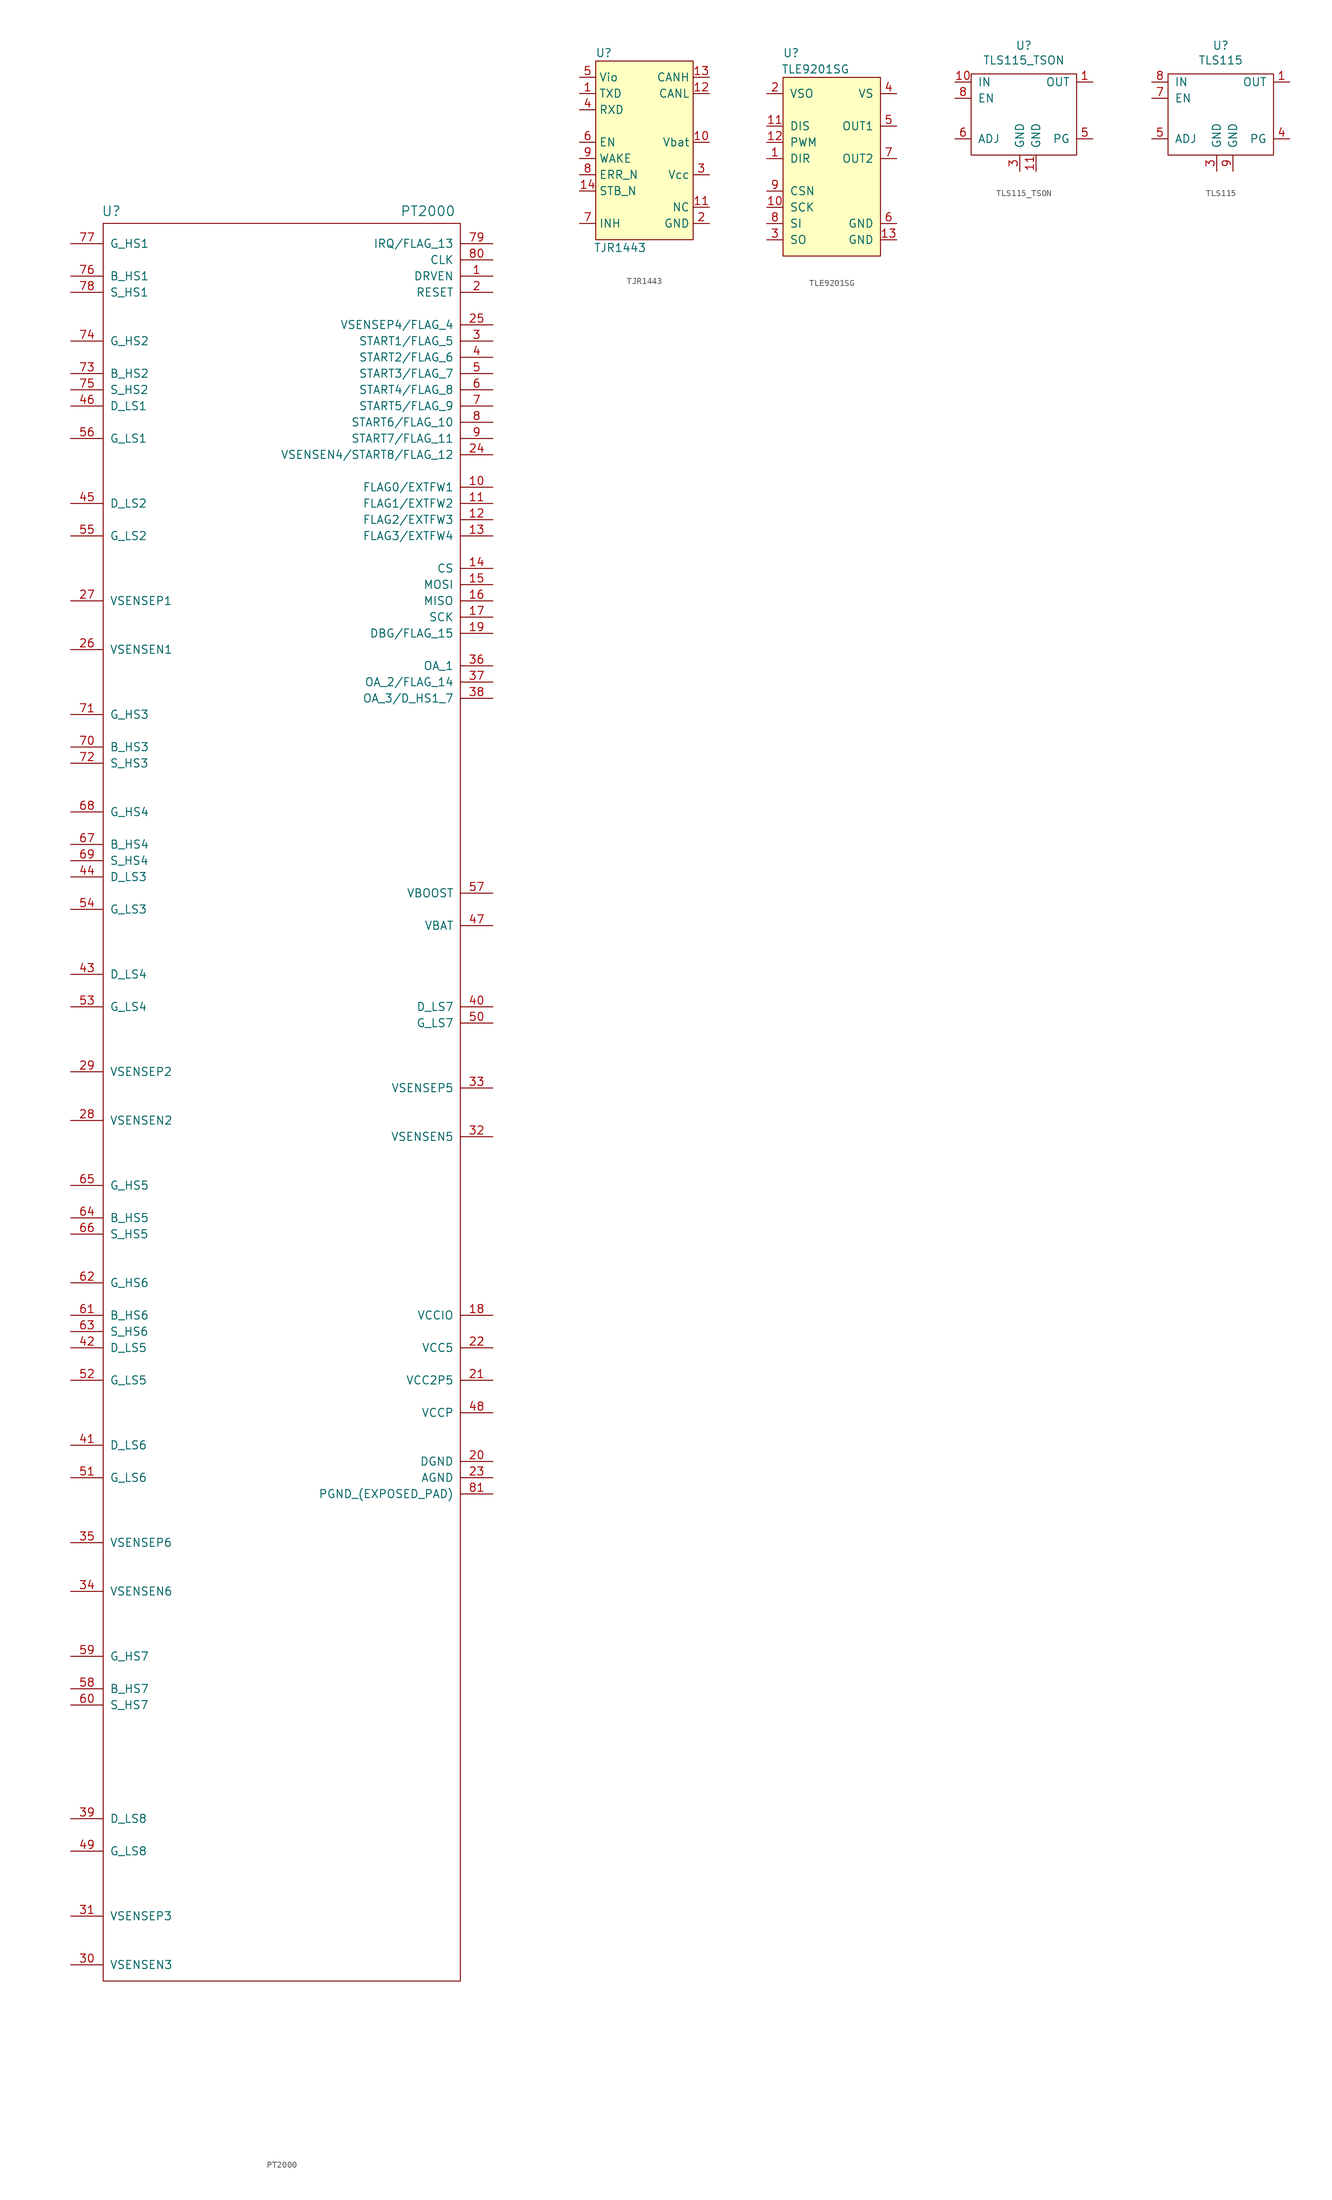
<source format=kicad_sym>
(kicad_symbol_lib
  (version 20220914)
  (generator kicad_symbol_editor)
  (symbol "PT2000"
    (pin_names
      (offset 1.016))
    (property "Reference" "U"
      (at -26.67 76.2 0)
      (effects (font (size 1.524 1.524))))
    (property "Value" "PT2000"
      (at 22.86 76.2 0)
      (effects (font (size 1.524 1.524))))
    (symbol "PT2000_0_1"
      (rectangle (start -27.94 74.295) (end 27.94 -200.66) (stroke (width 0) (type default)) (fill (type none))))
    (symbol "PT2000_1_1"
      (pin input line (at 33.02 66.04 180) (length 5.08) (name "DRVEN" (effects (font (size 1.27 1.27)))) (number "1" (effects (font (size 1.27 1.27)))))
      (pin input line (at 33.02 33.02 180) (length 5.08) (name "FLAG0/EXTFW1" (effects (font (size 1.27 1.27)))) (number "10" (effects (font (size 1.27 1.27)))))
      (pin input line (at 33.02 30.48 180) (length 5.08) (name "FLAG1/EXTFW2" (effects (font (size 1.27 1.27)))) (number "11" (effects (font (size 1.27 1.27)))))
      (pin input line (at 33.02 27.94 180) (length 5.08) (name "FLAG2/EXTFW3" (effects (font (size 1.27 1.27)))) (number "12" (effects (font (size 1.27 1.27)))))
      (pin input line (at 33.02 25.4 180) (length 5.08) (name "FLAG3/EXTFW4" (effects (font (size 1.27 1.27)))) (number "13" (effects (font (size 1.27 1.27)))))
      (pin input line (at 33.02 20.32 180) (length 5.08) (name "CS" (effects (font (size 1.27 1.27)))) (number "14" (effects (font (size 1.27 1.27)))))
      (pin input line (at 33.02 17.78 180) (length 5.08) (name "MOSI" (effects (font (size 1.27 1.27)))) (number "15" (effects (font (size 1.27 1.27)))))
      (pin input line (at 33.02 15.24 180) (length 5.08) (name "MISO" (effects (font (size 1.27 1.27)))) (number "16" (effects (font (size 1.27 1.27)))))
      (pin input line (at 33.02 12.7 180) (length 5.08) (name "SCK" (effects (font (size 1.27 1.27)))) (number "17" (effects (font (size 1.27 1.27)))))
      (pin input line (at 33.02 -96.52 180) (length 5.08) (name "VCCIO" (effects (font (size 1.27 1.27)))) (number "18" (effects (font (size 1.27 1.27)))))
      (pin input line (at 33.02 10.16 180) (length 5.08) (name "DBG/FLAG_15" (effects (font (size 1.27 1.27)))) (number "19" (effects (font (size 1.27 1.27)))))
      (pin input line (at 33.02 63.5 180) (length 5.08) (name "RESET" (effects (font (size 1.27 1.27)))) (number "2" (effects (font (size 1.27 1.27)))))
      (pin input line (at 33.02 -119.38 180) (length 5.08) (name "DGND" (effects (font (size 1.27 1.27)))) (number "20" (effects (font (size 1.27 1.27)))))
      (pin input line (at 33.02 -106.68 180) (length 5.08) (name "VCC2P5" (effects (font (size 1.27 1.27)))) (number "21" (effects (font (size 1.27 1.27)))))
      (pin input line (at 33.02 -101.6 180) (length 5.08) (name "VCC5" (effects (font (size 1.27 1.27)))) (number "22" (effects (font (size 1.27 1.27)))))
      (pin input line (at 33.02 -121.92 180) (length 5.08) (name "AGND" (effects (font (size 1.27 1.27)))) (number "23" (effects (font (size 1.27 1.27)))))
      (pin input line (at 33.02 38.1 180) (length 5.08) (name "VSENSEN4/START8/FLAG_12" (effects (font (size 1.27 1.27)))) (number "24" (effects (font (size 1.27 1.27)))))
      (pin input line (at 33.02 58.42 180) (length 5.08) (name "VSENSEP4/FLAG_4" (effects (font (size 1.27 1.27)))) (number "25" (effects (font (size 1.27 1.27)))))
      (pin input line (at -33.02 7.62 0) (length 5.08) (name "VSENSEN1" (effects (font (size 1.27 1.27)))) (number "26" (effects (font (size 1.27 1.27)))))
      (pin input line (at -33.02 15.24 0) (length 5.08) (name "VSENSEP1" (effects (font (size 1.27 1.27)))) (number "27" (effects (font (size 1.27 1.27)))))
      (pin input line (at -33.02 -66.04 0) (length 5.08) (name "VSENSEN2" (effects (font (size 1.27 1.27)))) (number "28" (effects (font (size 1.27 1.27)))))
      (pin input line (at -33.02 -58.42 0) (length 5.08) (name "VSENSEP2" (effects (font (size 1.27 1.27)))) (number "29" (effects (font (size 1.27 1.27)))))
      (pin input line (at 33.02 55.88 180) (length 5.08) (name "START1/FLAG_5" (effects (font (size 1.27 1.27)))) (number "3" (effects (font (size 1.27 1.27)))))
      (pin input line (at -33.02 -198.12 0) (length 5.08) (name "VSENSEN3" (effects (font (size 1.27 1.27)))) (number "30" (effects (font (size 1.27 1.27)))))
      (pin input line (at -33.02 -190.5 0) (length 5.08) (name "VSENSEP3" (effects (font (size 1.27 1.27)))) (number "31" (effects (font (size 1.27 1.27)))))
      (pin input line (at 33.02 -68.58 180) (length 5.08) (name "VSENSEN5" (effects (font (size 1.27 1.27)))) (number "32" (effects (font (size 1.27 1.27)))))
      (pin input line (at 33.02 -60.96 180) (length 5.08) (name "VSENSEP5" (effects (font (size 1.27 1.27)))) (number "33" (effects (font (size 1.27 1.27)))))
      (pin input line (at -33.02 -139.7 0) (length 5.08) (name "VSENSEN6" (effects (font (size 1.27 1.27)))) (number "34" (effects (font (size 1.27 1.27)))))
      (pin input line (at -33.02 -132.08 0) (length 5.08) (name "VSENSEP6" (effects (font (size 1.27 1.27)))) (number "35" (effects (font (size 1.27 1.27)))))
      (pin input line (at 33.02 5.08 180) (length 5.08) (name "OA_1" (effects (font (size 1.27 1.27)))) (number "36" (effects (font (size 1.27 1.27)))))
      (pin input line (at 33.02 2.54 180) (length 5.08) (name "OA_2/FLAG_14" (effects (font (size 1.27 1.27)))) (number "37" (effects (font (size 1.27 1.27)))))
      (pin input line (at 33.02 0 180) (length 5.08) (name "OA_3/D_HS1_7" (effects (font (size 1.27 1.27)))) (number "38" (effects (font (size 1.27 1.27)))))
      (pin input line (at -33.02 -175.26 0) (length 5.08) (name "D_LS8" (effects (font (size 1.27 1.27)))) (number "39" (effects (font (size 1.27 1.27)))))
      (pin input line (at 33.02 53.34 180) (length 5.08) (name "START2/FLAG_6" (effects (font (size 1.27 1.27)))) (number "4" (effects (font (size 1.27 1.27)))))
      (pin input line (at 33.02 -48.26 180) (length 5.08) (name "D_LS7" (effects (font (size 1.27 1.27)))) (number "40" (effects (font (size 1.27 1.27)))))
      (pin input line (at -33.02 -116.84 0) (length 5.08) (name "D_LS6" (effects (font (size 1.27 1.27)))) (number "41" (effects (font (size 1.27 1.27)))))
      (pin input line (at -33.02 -101.6 0) (length 5.08) (name "D_LS5" (effects (font (size 1.27 1.27)))) (number "42" (effects (font (size 1.27 1.27)))))
      (pin input line (at -33.02 -43.18 0) (length 5.08) (name "D_LS4" (effects (font (size 1.27 1.27)))) (number "43" (effects (font (size 1.27 1.27)))))
      (pin input line (at -33.02 -27.94 0) (length 5.08) (name "D_LS3" (effects (font (size 1.27 1.27)))) (number "44" (effects (font (size 1.27 1.27)))))
      (pin input line (at -33.02 30.48 0) (length 5.08) (name "D_LS2" (effects (font (size 1.27 1.27)))) (number "45" (effects (font (size 1.27 1.27)))))
      (pin input line (at -33.02 45.72 0) (length 5.08) (name "D_LS1" (effects (font (size 1.27 1.27)))) (number "46" (effects (font (size 1.27 1.27)))))
      (pin input line (at 33.02 -35.56 180) (length 5.08) (name "VBAT" (effects (font (size 1.27 1.27)))) (number "47" (effects (font (size 1.27 1.27)))))
      (pin input line (at 33.02 -111.76 180) (length 5.08) (name "VCCP" (effects (font (size 1.27 1.27)))) (number "48" (effects (font (size 1.27 1.27)))))
      (pin input line (at -33.02 -180.34 0) (length 5.08) (name "G_LS8" (effects (font (size 1.27 1.27)))) (number "49" (effects (font (size 1.27 1.27)))))
      (pin input line (at 33.02 50.8 180) (length 5.08) (name "START3/FLAG_7" (effects (font (size 1.27 1.27)))) (number "5" (effects (font (size 1.27 1.27)))))
      (pin input line (at 33.02 -50.8 180) (length 5.08) (name "G_LS7" (effects (font (size 1.27 1.27)))) (number "50" (effects (font (size 1.27 1.27)))))
      (pin input line (at -33.02 -121.92 0) (length 5.08) (name "G_LS6" (effects (font (size 1.27 1.27)))) (number "51" (effects (font (size 1.27 1.27)))))
      (pin input line (at -33.02 -106.68 0) (length 5.08) (name "G_LS5" (effects (font (size 1.27 1.27)))) (number "52" (effects (font (size 1.27 1.27)))))
      (pin input line (at -33.02 -48.26 0) (length 5.08) (name "G_LS4" (effects (font (size 1.27 1.27)))) (number "53" (effects (font (size 1.27 1.27)))))
      (pin input line (at -33.02 -33.02 0) (length 5.08) (name "G_LS3" (effects (font (size 1.27 1.27)))) (number "54" (effects (font (size 1.27 1.27)))))
      (pin input line (at -33.02 25.4 0) (length 5.08) (name "G_LS2" (effects (font (size 1.27 1.27)))) (number "55" (effects (font (size 1.27 1.27)))))
      (pin input line (at -33.02 40.64 0) (length 5.08) (name "G_LS1" (effects (font (size 1.27 1.27)))) (number "56" (effects (font (size 1.27 1.27)))))
      (pin input line (at 33.02 -30.48 180) (length 5.08) (name "VBOOST" (effects (font (size 1.27 1.27)))) (number "57" (effects (font (size 1.27 1.27)))))
      (pin input line (at -33.02 -154.94 0) (length 5.08) (name "B_HS7" (effects (font (size 1.27 1.27)))) (number "58" (effects (font (size 1.27 1.27)))))
      (pin input line (at -33.02 -149.86 0) (length 5.08) (name "G_HS7" (effects (font (size 1.27 1.27)))) (number "59" (effects (font (size 1.27 1.27)))))
      (pin input line (at 33.02 48.26 180) (length 5.08) (name "START4/FLAG_8" (effects (font (size 1.27 1.27)))) (number "6" (effects (font (size 1.27 1.27)))))
      (pin input line (at -33.02 -157.48 0) (length 5.08) (name "S_HS7" (effects (font (size 1.27 1.27)))) (number "60" (effects (font (size 1.27 1.27)))))
      (pin input line (at -33.02 -96.52 0) (length 5.08) (name "B_HS6" (effects (font (size 1.27 1.27)))) (number "61" (effects (font (size 1.27 1.27)))))
      (pin input line (at -33.02 -91.44 0) (length 5.08) (name "G_HS6" (effects (font (size 1.27 1.27)))) (number "62" (effects (font (size 1.27 1.27)))))
      (pin input line (at -33.02 -99.06 0) (length 5.08) (name "S_HS6" (effects (font (size 1.27 1.27)))) (number "63" (effects (font (size 1.27 1.27)))))
      (pin input line (at -33.02 -81.28 0) (length 5.08) (name "B_HS5" (effects (font (size 1.27 1.27)))) (number "64" (effects (font (size 1.27 1.27)))))
      (pin input line (at -33.02 -76.2 0) (length 5.08) (name "G_HS5" (effects (font (size 1.27 1.27)))) (number "65" (effects (font (size 1.27 1.27)))))
      (pin input line (at -33.02 -83.82 0) (length 5.08) (name "S_HS5" (effects (font (size 1.27 1.27)))) (number "66" (effects (font (size 1.27 1.27)))))
      (pin input line (at -33.02 -22.86 0) (length 5.08) (name "B_HS4" (effects (font (size 1.27 1.27)))) (number "67" (effects (font (size 1.27 1.27)))))
      (pin input line (at -33.02 -17.78 0) (length 5.08) (name "G_HS4" (effects (font (size 1.27 1.27)))) (number "68" (effects (font (size 1.27 1.27)))))
      (pin input line (at -33.02 -25.4 0) (length 5.08) (name "S_HS4" (effects (font (size 1.27 1.27)))) (number "69" (effects (font (size 1.27 1.27)))))
      (pin input line (at 33.02 45.72 180) (length 5.08) (name "START5/FLAG_9" (effects (font (size 1.27 1.27)))) (number "7" (effects (font (size 1.27 1.27)))))
      (pin input line (at -33.02 -7.62 0) (length 5.08) (name "B_HS3" (effects (font (size 1.27 1.27)))) (number "70" (effects (font (size 1.27 1.27)))))
      (pin input line (at -33.02 -2.54 0) (length 5.08) (name "G_HS3" (effects (font (size 1.27 1.27)))) (number "71" (effects (font (size 1.27 1.27)))))
      (pin input line (at -33.02 -10.16 0) (length 5.08) (name "S_HS3" (effects (font (size 1.27 1.27)))) (number "72" (effects (font (size 1.27 1.27)))))
      (pin input line (at -33.02 50.8 0) (length 5.08) (name "B_HS2" (effects (font (size 1.27 1.27)))) (number "73" (effects (font (size 1.27 1.27)))))
      (pin input line (at -33.02 55.88 0) (length 5.08) (name "G_HS2" (effects (font (size 1.27 1.27)))) (number "74" (effects (font (size 1.27 1.27)))))
      (pin input line (at -33.02 48.26 0) (length 5.08) (name "S_HS2" (effects (font (size 1.27 1.27)))) (number "75" (effects (font (size 1.27 1.27)))))
      (pin input line (at -33.02 66.04 0) (length 5.08) (name "B_HS1" (effects (font (size 1.27 1.27)))) (number "76" (effects (font (size 1.27 1.27)))))
      (pin input line (at -33.02 71.12 0) (length 5.08) (name "G_HS1" (effects (font (size 1.27 1.27)))) (number "77" (effects (font (size 1.27 1.27)))))
      (pin input line (at -33.02 63.5 0) (length 5.08) (name "S_HS1" (effects (font (size 1.27 1.27)))) (number "78" (effects (font (size 1.27 1.27)))))
      (pin input line (at 33.02 71.12 180) (length 5.08) (name "IRQ/FLAG_13" (effects (font (size 1.27 1.27)))) (number "79" (effects (font (size 1.27 1.27)))))
      (pin input line (at 33.02 43.18 180) (length 5.08) (name "START6/FLAG_10" (effects (font (size 1.27 1.27)))) (number "8" (effects (font (size 1.27 1.27)))))
      (pin input line (at 33.02 68.58 180) (length 5.08) (name "CLK" (effects (font (size 1.27 1.27)))) (number "80" (effects (font (size 1.27 1.27)))))
      (pin input line (at 33.02 -124.46 180) (length 5.08) (name "PGND_(EXPOSED_PAD)" (effects (font (size 1.27 1.27)))) (number "81" (effects (font (size 1.27 1.27)))))
      (pin input line (at 33.02 40.64 180) (length 5.08) (name "START7/FLAG_11" (effects (font (size 1.27 1.27)))) (number "9" (effects (font (size 1.27 1.27)))))))
  (symbol "TJR1443"
    (property "Reference" "U"
      (at 1.27 1.27 0)
      (effects (font (size 1.27 1.27))))
    (property "Value" "TJR1443"
      (at 3.81 -29.21 0)
      (effects (font (size 1.27 1.27))))
    (symbol "TJR1443_0_1"
      (rectangle (start 0 0) (end 15.24 -27.94) (stroke (width 0) (type default)) (fill (type background))))
    (symbol "TJR1443_1_1"
      (pin passive line (at -2.54 -5.08 0) (length 2.54) (name "TXD" (effects (font (size 1.27 1.27)))) (number "1" (effects (font (size 1.27 1.27)))))
      (pin passive line (at 17.78 -12.7 180) (length 2.54) (name "Vbat" (effects (font (size 1.27 1.27)))) (number "10" (effects (font (size 1.27 1.27)))))
      (pin passive line (at 17.78 -22.86 180) (length 2.54) (name "NC" (effects (font (size 1.27 1.27)))) (number "11" (effects (font (size 1.27 1.27)))))
      (pin passive line (at 17.78 -5.08 180) (length 2.54) (name "CANL" (effects (font (size 1.27 1.27)))) (number "12" (effects (font (size 1.27 1.27)))))
      (pin passive line (at 17.78 -2.54 180) (length 2.54) (name "CANH" (effects (font (size 1.27 1.27)))) (number "13" (effects (font (size 1.27 1.27)))))
      (pin passive line (at -2.54 -20.32 0) (length 2.54) (name "STB_N" (effects (font (size 1.27 1.27)))) (number "14" (effects (font (size 1.27 1.27)))))
      (pin passive line (at 17.78 -25.4 180) (length 2.54) (name "GND" (effects (font (size 1.27 1.27)))) (number "2" (effects (font (size 1.27 1.27)))))
      (pin passive line (at 17.78 -17.78 180) (length 2.54) (name "Vcc" (effects (font (size 1.27 1.27)))) (number "3" (effects (font (size 1.27 1.27)))))
      (pin passive line (at -2.54 -7.62 0) (length 2.54) (name "RXD" (effects (font (size 1.27 1.27)))) (number "4" (effects (font (size 1.27 1.27)))))
      (pin passive line (at -2.54 -2.54 0) (length 2.54) (name "Vio" (effects (font (size 1.27 1.27)))) (number "5" (effects (font (size 1.27 1.27)))))
      (pin passive line (at -2.54 -12.7 0) (length 2.54) (name "EN" (effects (font (size 1.27 1.27)))) (number "6" (effects (font (size 1.27 1.27)))))
      (pin passive line (at -2.54 -25.4 0) (length 2.54) (name "INH" (effects (font (size 1.27 1.27)))) (number "7" (effects (font (size 1.27 1.27)))))
      (pin passive line (at -2.54 -17.78 0) (length 2.54) (name "ERR_N" (effects (font (size 1.27 1.27)))) (number "8" (effects (font (size 1.27 1.27)))))
      (pin passive line (at -2.54 -15.24 0) (length 2.54) (name "WAKE" (effects (font (size 1.27 1.27)))) (number "9" (effects (font (size 1.27 1.27)))))))
  (symbol "TLE9201SG"
    (pin_names
      (offset 1.016))
    (property "Reference" "U"
      (at -1.27 3.81 0)
      (effects (font (size 1.27 1.27))))
    (property "Value" "TLE9201SG"
      (at 2.54 1.27 0)
      (effects (font (size 1.27 1.27))))
    (symbol "TLE9201SG_0_1"
      (rectangle (start -2.54 0) (end 12.7 -27.94) (stroke (width 0) (type default)) (fill (type background))))
    (symbol "TLE9201SG_1_1"
      (pin passive line (at -5.08 -12.7 0) (length 2.54) (name "DIR" (effects (font (size 1.27 1.27)))) (number "1" (effects (font (size 1.27 1.27)))))
      (pin passive line (at -5.08 -20.32 0) (length 2.54) (name "SCK" (effects (font (size 1.27 1.27)))) (number "10" (effects (font (size 1.27 1.27)))))
      (pin passive line (at -5.08 -7.62 0) (length 2.54) (name "DIS" (effects (font (size 1.27 1.27)))) (number "11" (effects (font (size 1.27 1.27)))))
      (pin passive line (at -5.08 -10.16 0) (length 2.54) (name "PWM" (effects (font (size 1.27 1.27)))) (number "12" (effects (font (size 1.27 1.27)))))
      (pin passive line (at 15.24 -25.4 180) (length 2.54) (name "GND" (effects (font (size 1.27 1.27)))) (number "13" (effects (font (size 1.27 1.27)))))
      (pin passive line (at -5.08 -2.54 0) (length 2.54) (name "VSO" (effects (font (size 1.27 1.27)))) (number "2" (effects (font (size 1.27 1.27)))))
      (pin passive line (at -5.08 -25.4 0) (length 2.54) (name "SO" (effects (font (size 1.27 1.27)))) (number "3" (effects (font (size 1.27 1.27)))))
      (pin passive line (at 15.24 -2.54 180) (length 2.54) (name "VS" (effects (font (size 1.27 1.27)))) (number "4" (effects (font (size 1.27 1.27)))))
      (pin passive line (at 15.24 -7.62 180) (length 2.54) (name "OUT1" (effects (font (size 1.27 1.27)))) (number "5" (effects (font (size 1.27 1.27)))))
      (pin passive line (at 15.24 -22.86 180) (length 2.54) (name "GND" (effects (font (size 1.27 1.27)))) (number "6" (effects (font (size 1.27 1.27)))))
      (pin passive line (at 15.24 -12.7 180) (length 2.54) (name "OUT2" (effects (font (size 1.27 1.27)))) (number "7" (effects (font (size 1.27 1.27)))))
      (pin passive line (at -5.08 -22.86 0) (length 2.54) (name "SI" (effects (font (size 1.27 1.27)))) (number "8" (effects (font (size 1.27 1.27)))))
      (pin passive line (at -5.08 -17.78 0) (length 2.54) (name "CSN" (effects (font (size 1.27 1.27)))) (number "9" (effects (font (size 1.27 1.27)))))))
  (symbol "TLS115_TSON"
    (pin_names
      (offset 1.016))
    (property "Reference" "U"
      (at 0.635 8.255 0)
      (effects (font (size 1.27 1.27))))
    (property "Value" "TLS115_TSON"
      (at 0.635 5.944 0)
      (effects (font (size 1.27 1.27))))
    (symbol "TLS115_TSON_0_1"
      (rectangle (start -7.62 3.81) (end 8.89 -8.89) (stroke (width 0) (type default)) (fill (type none))))
    (symbol "TLS115_TSON_1_1"
      (pin output line (at 11.43 2.54 180) (length 2.54) (name "OUT" (effects (font (size 1.27 1.27)))) (number "1" (effects (font (size 1.27 1.27)))))
      (pin power_in line (at -10.16 2.54 0) (length 2.54) (name "IN" (effects (font (size 1.27 1.27)))) (number "10" (effects (font (size 1.27 1.27)))))
      (pin power_in line (at 2.54 -11.43 90) (length 2.54) (name "GND" (effects (font (size 1.27 1.27)))) (number "11" (effects (font (size 1.27 1.27)))))
      (pin no_connect line (at -3.81 -2.54 0) (length 2.54) hide (name "~" (effects (font (size 1.27 1.27)))) (number "2" (effects (font (size 1.27 1.27)))))
      (pin power_in line (at 0 -11.43 90) (length 2.54) (name "GND" (effects (font (size 1.27 1.27)))) (number "3" (effects (font (size 1.27 1.27)))))
      (pin no_connect line (at 0 -2.54 0) (length 2.54) hide (name "~" (effects (font (size 1.27 1.27)))) (number "4" (effects (font (size 1.27 1.27)))))
      (pin open_collector line (at 11.43 -6.35 180) (length 2.54) (name "PG" (effects (font (size 1.27 1.27)))) (number "5" (effects (font (size 1.27 1.27)))))
      (pin input line (at -10.16 -6.35 0) (length 2.54) (name "ADJ" (effects (font (size 1.27 1.27)))) (number "6" (effects (font (size 1.27 1.27)))))
      (pin no_connect line (at 3.81 -2.54 0) (length 2.54) hide (name "~" (effects (font (size 1.27 1.27)))) (number "7" (effects (font (size 1.27 1.27)))))
      (pin input line (at -10.16 0 0) (length 2.54) (name "EN" (effects (font (size 1.27 1.27)))) (number "8" (effects (font (size 1.27 1.27)))))
      (pin no_connect line (at 3.81 -5.08 0) (length 2.54) hide (name "~" (effects (font (size 1.27 1.27)))) (number "9" (effects (font (size 1.27 1.27)))))))
  (symbol "TLS115"
    (pin_names
      (offset 1.016))
    (property "Reference" "U"
      (at 0.635 8.255 0)
      (effects (font (size 1.27 1.27))))
    (property "Value" "TLS115"
      (at 0.635 5.944 0)
      (effects (font (size 1.27 1.27))))
    (symbol "TLS115_0_1"
      (rectangle (start -7.62 3.81) (end 8.89 -8.89) (stroke (width 0) (type default)) (fill (type none))))
    (symbol "TLS115_1_1"
      (pin output line (at 11.43 2.54 180) (length 2.54) (name "OUT" (effects (font (size 1.27 1.27)))) (number "1" (effects (font (size 1.27 1.27)))))
      (pin no_connect line (at 0 0 0) (length 2.54) hide (name "~" (effects (font (size 1.27 1.27)))) (number "2" (effects (font (size 1.27 1.27)))))
      (pin power_in line (at 0 -11.43 90) (length 2.54) (name "GND" (effects (font (size 1.27 1.27)))) (number "3" (effects (font (size 1.27 1.27)))))
      (pin open_collector line (at 11.43 -6.35 180) (length 2.54) (name "PG" (effects (font (size 1.27 1.27)))) (number "4" (effects (font (size 1.27 1.27)))))
      (pin input line (at -10.16 -6.35 0) (length 2.54) (name "ADJ" (effects (font (size 1.27 1.27)))) (number "5" (effects (font (size 1.27 1.27)))))
      (pin no_connect line (at 0 -2.54 0) (length 2.54) hide (name "~" (effects (font (size 1.27 1.27)))) (number "6" (effects (font (size 1.27 1.27)))))
      (pin input line (at -10.16 0 0) (length 2.54) (name "EN" (effects (font (size 1.27 1.27)))) (number "7" (effects (font (size 1.27 1.27)))))
      (pin power_in line (at -10.16 2.54 0) (length 2.54) (name "IN" (effects (font (size 1.27 1.27)))) (number "8" (effects (font (size 1.27 1.27)))))
      (pin power_in line (at 2.54 -11.43 90) (length 2.54) (name "GND" (effects (font (size 1.27 1.27)))) (number "9" (effects (font (size 1.27 1.27))))))))
</source>
